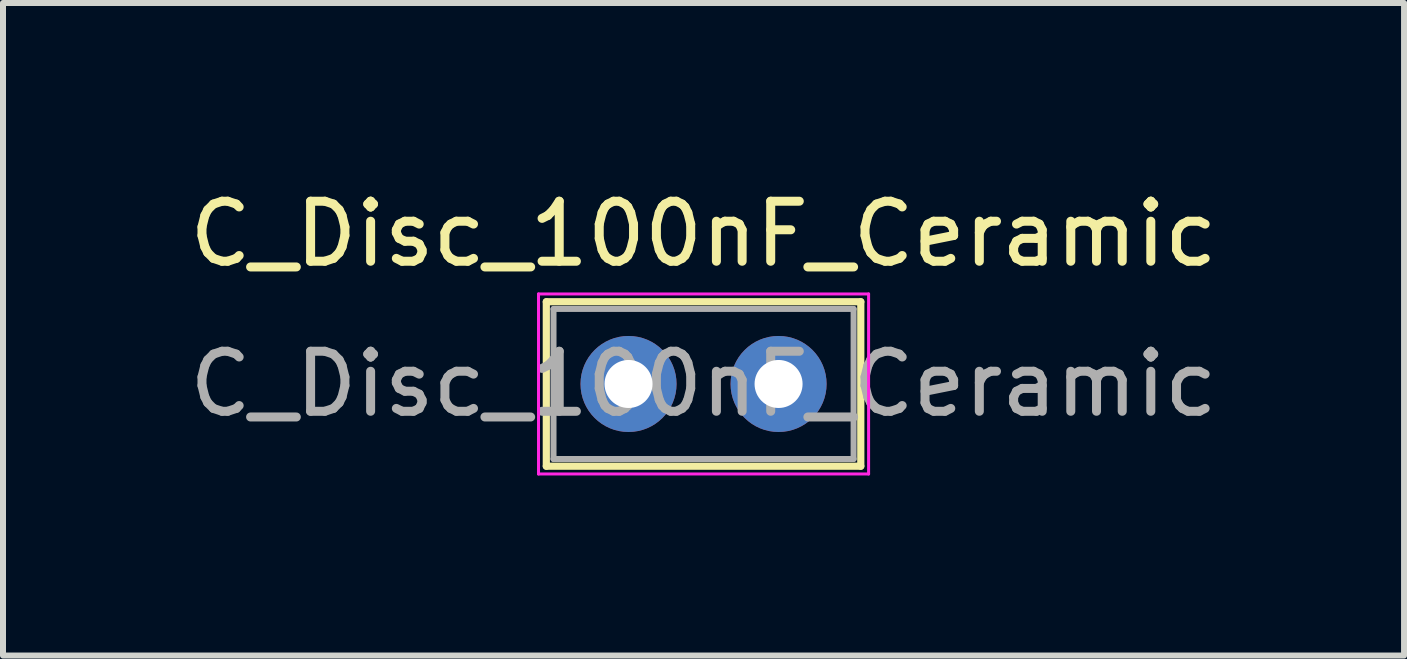
<source format=kicad_pcb>
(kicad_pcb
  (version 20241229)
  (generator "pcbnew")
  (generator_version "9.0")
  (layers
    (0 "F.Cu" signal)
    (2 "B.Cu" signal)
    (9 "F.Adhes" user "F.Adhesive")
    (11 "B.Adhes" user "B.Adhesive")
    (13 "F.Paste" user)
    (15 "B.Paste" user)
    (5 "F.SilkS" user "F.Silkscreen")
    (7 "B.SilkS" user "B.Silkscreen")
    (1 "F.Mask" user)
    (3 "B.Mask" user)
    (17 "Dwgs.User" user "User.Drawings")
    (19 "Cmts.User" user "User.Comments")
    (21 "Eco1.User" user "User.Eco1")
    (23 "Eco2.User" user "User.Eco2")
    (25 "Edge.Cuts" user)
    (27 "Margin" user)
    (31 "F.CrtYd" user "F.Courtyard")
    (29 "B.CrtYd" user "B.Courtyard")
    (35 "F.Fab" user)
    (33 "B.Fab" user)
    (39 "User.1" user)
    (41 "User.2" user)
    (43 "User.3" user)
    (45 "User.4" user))
  (footprint "C_Disc_100nF_Ceramic"
    (layer "F.Cu")
    (at 7.423 3.348)
    (property "Reference" "C_Disc_100nF_Ceramic" (at 1.25 -2.5 0) (layer "F.SilkS") (effects (font (size 1 1) (thickness 0.15))))
    (attr through_hole)
    (fp_line (start -1.37 -1.37) (end -1.37 1.37) (stroke (width 0.12) (type solid)) (layer "F.SilkS"))
    (fp_line (start -1.37 -1.37) (end 3.87 -1.37) (stroke (width 0.12) (type solid)) (layer "F.SilkS"))
    (fp_line (start -1.37 1.37) (end 3.87 1.37) (stroke (width 0.12) (type solid)) (layer "F.SilkS"))
    (fp_line (start 3.87 -1.37) (end 3.87 1.37) (stroke (width 0.12) (type solid)) (layer "F.SilkS"))
    (fp_line (start -1.5 -1.5) (end -1.5 1.5) (stroke (width 0.05) (type solid)) (layer "F.CrtYd"))
    (fp_line (start -1.5 1.5) (end 4 1.5) (stroke (width 0.05) (type solid)) (layer "F.CrtYd"))
    (fp_line (start 4 -1.5) (end -1.5 -1.5) (stroke (width 0.05) (type solid)) (layer "F.CrtYd"))
    (fp_line (start 4 1.5) (end 4 -1.5) (stroke (width 0.05) (type solid)) (layer "F.CrtYd"))
    (fp_line (start -1.25 -1.25) (end -1.25 1.25) (stroke (width 0.1) (type solid)) (layer "F.Fab"))
    (fp_line (start -1.25 1.25) (end 3.75 1.25) (stroke (width 0.1) (type solid)) (layer "F.Fab"))
    (fp_line (start 3.75 -1.25) (end -1.25 -1.25) (stroke (width 0.1) (type solid)) (layer "F.Fab"))
    (fp_line (start 3.75 1.25) (end 3.75 -1.25) (stroke (width 0.1) (type solid)) (layer "F.Fab"))
    (fp_text user "${REFERENCE}" (at 1.25 0 0) (layer "F.Fab") (effects (font (size 1 1) (thickness 0.15))))
    (pad "1" thru_hole circle (at 0 0) (size 1.6 1.6) (drill 0.8) (layers "*.Cu" "*.Mask"))
    (pad "2" thru_hole circle (at 2.5 0) (size 1.6 1.6) (drill 0.8) (layers "*.Cu" "*.Mask")))
  (gr_rect
    (start -3 -3)
    (end 20.345 7.873)
    (stroke (width 0.1) (type default))
    (fill no)
    (layer "Edge.Cuts")))
</source>
